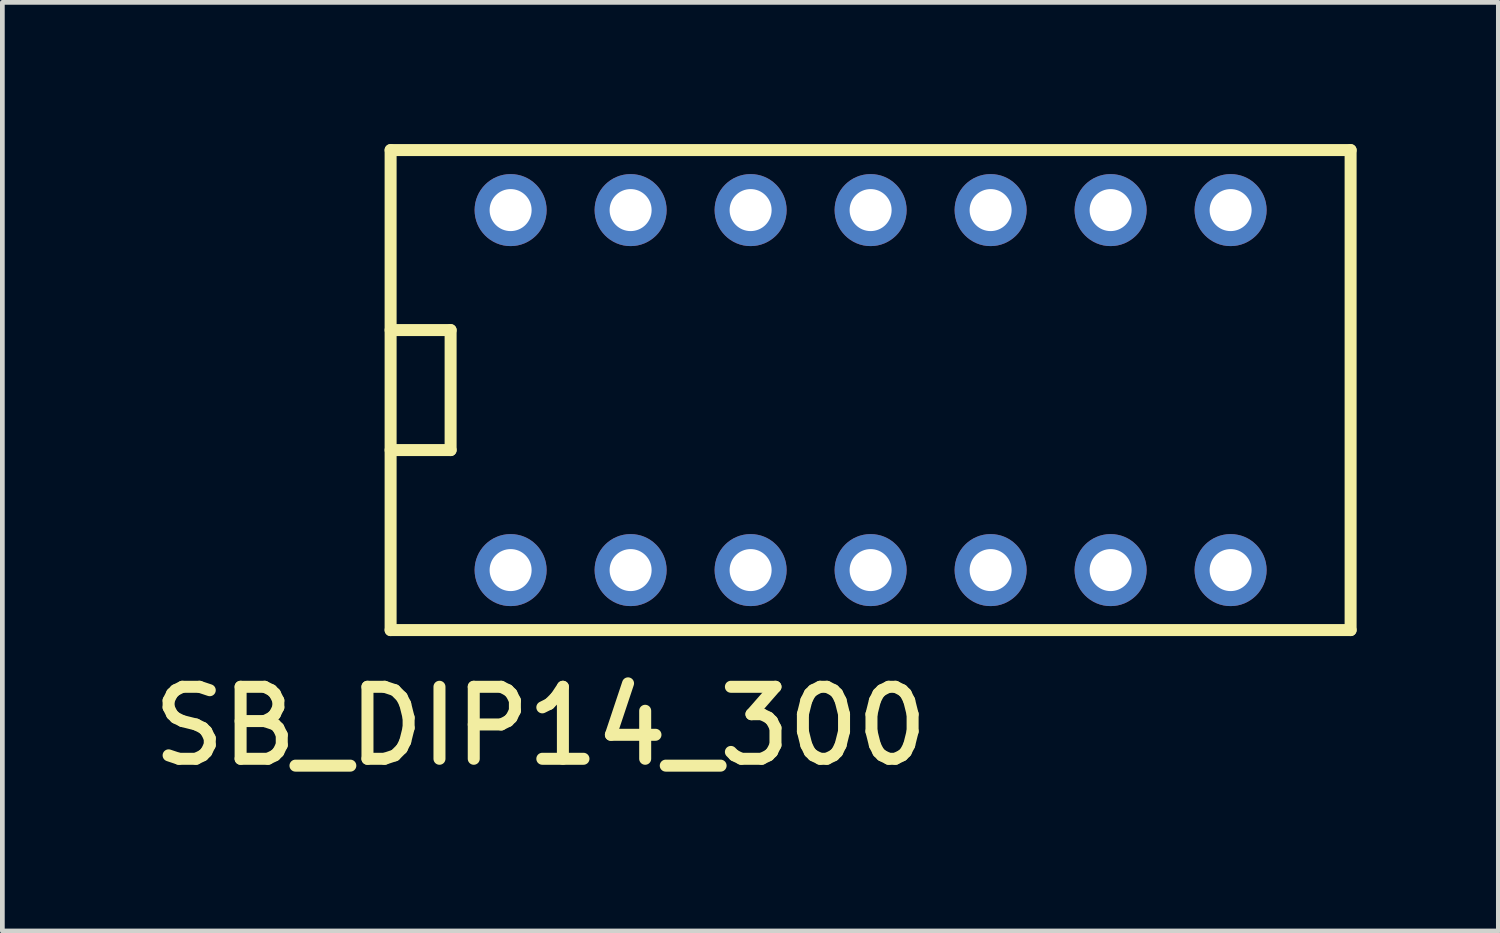
<source format=kicad_pcb>
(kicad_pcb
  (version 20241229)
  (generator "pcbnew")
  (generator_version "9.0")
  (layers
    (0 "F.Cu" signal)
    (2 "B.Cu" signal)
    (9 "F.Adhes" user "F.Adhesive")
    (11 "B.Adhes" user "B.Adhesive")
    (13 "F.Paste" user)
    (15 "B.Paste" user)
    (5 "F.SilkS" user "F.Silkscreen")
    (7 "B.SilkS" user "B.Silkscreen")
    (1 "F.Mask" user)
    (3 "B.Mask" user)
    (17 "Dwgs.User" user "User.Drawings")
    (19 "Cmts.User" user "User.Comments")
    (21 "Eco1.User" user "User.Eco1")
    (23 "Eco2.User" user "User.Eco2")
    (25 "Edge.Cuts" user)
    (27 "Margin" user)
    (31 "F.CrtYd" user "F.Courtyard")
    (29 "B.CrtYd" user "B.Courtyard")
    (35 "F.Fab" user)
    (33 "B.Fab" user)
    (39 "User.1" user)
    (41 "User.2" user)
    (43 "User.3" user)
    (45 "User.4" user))
  (footprint "SB_DIP14_300"
    (layer "F.Cu")
    (at 7.758 9.017)
    (property "Reference" "SB_DIP14_300" (at 0.635 3.302 0) (layer "F.SilkS") (effects (font (size 1.524 1.524) (thickness 0.254))))
    (attr through_hole)
    (fp_line (start -2.54 -8.89) (end -2.54 1.27) (stroke (width 0.254) (type solid)) (layer "F.SilkS"))
    (fp_line (start -2.54 -2.54) (end -1.27 -2.54) (stroke (width 0.254) (type solid)) (layer "F.SilkS"))
    (fp_line (start -2.54 1.27) (end 17.78 1.27) (stroke (width 0.254) (type solid)) (layer "F.SilkS"))
    (fp_line (start -1.27 -5.08) (end -2.54 -5.08) (stroke (width 0.254) (type solid)) (layer "F.SilkS"))
    (fp_line (start -1.27 -2.54) (end -1.27 -5.08) (stroke (width 0.254) (type solid)) (layer "F.SilkS"))
    (fp_line (start 17.78 -8.89) (end -2.54 -8.89) (stroke (width 0.254) (type solid)) (layer "F.SilkS"))
    (fp_line (start 17.78 1.27) (end 17.78 -8.89) (stroke (width 0.254) (type solid)) (layer "F.SilkS"))
    (pad "1" thru_hole circle (at 0 0) (size 1.524 1.524) (drill 0.889) (layers "*.Cu" "*.Mask"))
    (pad "2" thru_hole circle (at 2.54 0) (size 1.524 1.524) (drill 0.889) (layers "*.Cu" "*.Mask"))
    (pad "3" thru_hole circle (at 5.08 0) (size 1.524 1.524) (drill 0.889) (layers "*.Cu" "*.Mask"))
    (pad "4" thru_hole circle (at 7.62 0) (size 1.524 1.524) (drill 0.889) (layers "*.Cu" "*.Mask"))
    (pad "5" thru_hole circle (at 10.16 0) (size 1.524 1.524) (drill 0.889) (layers "*.Cu" "*.Mask"))
    (pad "6" thru_hole circle (at 12.7 0) (size 1.524 1.524) (drill 0.889) (layers "*.Cu" "*.Mask"))
    (pad "7" thru_hole circle (at 15.24 0) (size 1.524 1.524) (drill 0.889) (layers "*.Cu" "*.Mask"))
    (pad "8" thru_hole circle (at 15.24 -7.62) (size 1.524 1.524) (drill 0.889) (layers "*.Cu" "*.Mask"))
    (pad "9" thru_hole circle (at 12.7 -7.62) (size 1.524 1.524) (drill 0.889) (layers "*.Cu" "*.Mask"))
    (pad "10" thru_hole circle (at 10.16 -7.62) (size 1.524 1.524) (drill 0.889) (layers "*.Cu" "*.Mask"))
    (pad "11" thru_hole circle (at 7.62 -7.62) (size 1.524 1.524) (drill 0.889) (layers "*.Cu" "*.Mask"))
    (pad "12" thru_hole circle (at 5.08 -7.62) (size 1.524 1.524) (drill 0.889) (layers "*.Cu" "*.Mask"))
    (pad "13" thru_hole circle (at 2.54 -7.62) (size 1.524 1.524) (drill 0.889) (layers "*.Cu" "*.Mask"))
    (pad "14" thru_hole circle (at 0 -7.62) (size 1.524 1.524) (drill 0.889) (layers "*.Cu" "*.Mask")))
  (gr_rect
    (start -3 -3)
    (end 28.665 16.656)
    (stroke (width 0.1) (type default))
    (fill no)
    (layer "Edge.Cuts")))
</source>
